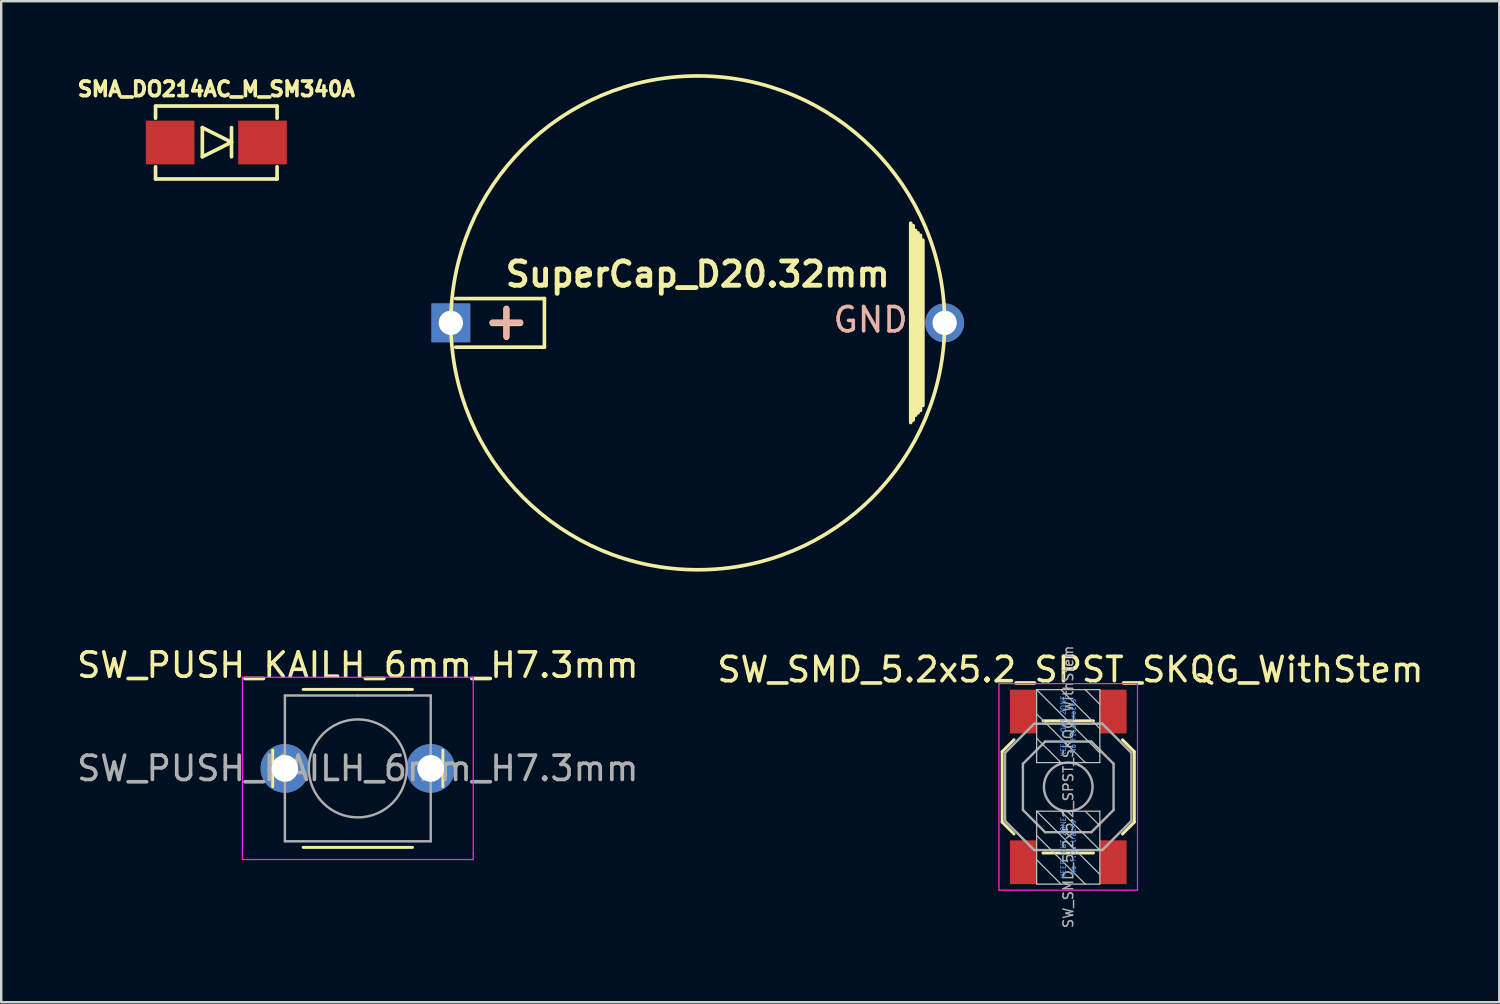
<source format=kicad_pcb>
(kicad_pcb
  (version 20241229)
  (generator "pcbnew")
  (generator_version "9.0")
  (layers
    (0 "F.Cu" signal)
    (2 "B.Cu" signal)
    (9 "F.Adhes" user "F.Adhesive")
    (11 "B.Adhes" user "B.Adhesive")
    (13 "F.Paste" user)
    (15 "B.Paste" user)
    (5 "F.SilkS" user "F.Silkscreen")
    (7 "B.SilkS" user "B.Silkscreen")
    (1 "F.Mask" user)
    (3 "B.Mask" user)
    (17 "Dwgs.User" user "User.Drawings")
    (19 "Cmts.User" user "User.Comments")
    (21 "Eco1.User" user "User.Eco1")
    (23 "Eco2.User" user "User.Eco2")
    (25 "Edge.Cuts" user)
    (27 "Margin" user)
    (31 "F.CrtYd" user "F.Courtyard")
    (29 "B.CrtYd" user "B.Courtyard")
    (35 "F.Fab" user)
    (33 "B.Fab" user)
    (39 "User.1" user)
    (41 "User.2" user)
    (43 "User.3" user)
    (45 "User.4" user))
  (footprint "SuperCap_D20.32mm"
    (layer "F.Cu")
    (at 25.661 10.235)
    (property "Reference" "SuperCap_D20.32mm" (at 0 -2 0) (layer "F.SilkS") (effects (font (size 1 1) (thickness 0.2))))
    (attr through_hole)
    (fp_line (start -9.96 1) (end -6.31 1) (stroke (width 0.15) (type solid)) (layer "F.SilkS"))
    (fp_line (start -6.31 -1) (end -9.96 -1) (stroke (width 0.15) (type solid)) (layer "F.SilkS"))
    (fp_line (start -6.31 1) (end -6.31 -1) (stroke (width 0.15) (type solid)) (layer "F.SilkS"))
    (fp_line (start 8.764 4.1) (end 8.764 -4.1) (stroke (width 0.15) (type solid)) (layer "F.SilkS"))
    (fp_line (start 8.864 4) (end 8.864 -4) (stroke (width 0.15) (type solid)) (layer "F.SilkS"))
    (fp_line (start 8.964 -3.8) (end 8.964 3.8) (stroke (width 0.15) (type solid)) (layer "F.SilkS"))
    (fp_line (start 9.064 3.7) (end 9.064 -3.7) (stroke (width 0.15) (type solid)) (layer "F.SilkS"))
    (fp_line (start 9.164 -3.6) (end 9.164 3.6) (stroke (width 0.15) (type solid)) (layer "F.SilkS"))
    (fp_line (start 9.264 3.4) (end 9.264 -3.4) (stroke (width 0.15) (type solid)) (layer "F.SilkS"))
    (fp_circle (center 0 0) (end 10.16 0) (stroke (width 0.15) (type solid)) (fill no) (layer "F.SilkS"))
    (fp_text user "+" (at -7.874 -0.1 0) (layer "F.SilkS") (effects (font (size 1.5 1.5) (thickness 0.25))))
    (fp_text user "GND" (at 7.112 -0.127 0) (layer "B.SilkS") (effects (font (size 1 1) (thickness 0.15))))
    (fp_text user "+" (at -7.874 -0.127 0) (layer "B.SilkS") (effects (font (size 1.5 1.5) (thickness 0.25)) (justify mirror)))
    (pad "1" thru_hole rect (at -10.16 0) (size 1.6 1.6) (drill 1) (layers "*.Cu" "*.Mask"))
    (pad "2" thru_hole circle (at 10.16 0) (size 1.6 1.6) (drill 1) (layers "*.Cu" "*.Mask")))
  (footprint "SW_SMD_5.2x5.2_SPST_SKQG_WithStem"
    (layer "F.Cu")
    (at 40.931 29.342)
    (property "Reference" "SW_SMD_5.2x5.2_SPST_SKQG_WithStem" (at 0.064 -4.839 180) (layer "F.SilkS") (effects (font (size 1 1) (thickness 0.15))))
    (attr smd)
    (fp_line (start -2.745 -1.463) (end -2.255 -1.953) (stroke (width 0.12) (type solid)) (layer "F.SilkS"))
    (fp_line (start -2.745 1.437) (end -2.745 -1.463) (stroke (width 0.12) (type solid)) (layer "F.SilkS"))
    (fp_line (start -2.745 1.437) (end -2.255 1.927) (stroke (width 0.12) (type solid)) (layer "F.SilkS"))
    (fp_line (start 1.015 -2.733) (end -1.065 -2.733) (stroke (width 0.12) (type solid)) (layer "F.SilkS"))
    (fp_line (start 1.015 2.707) (end -1.065 2.707) (stroke (width 0.12) (type solid)) (layer "F.SilkS"))
    (fp_line (start 2.695 -1.463) (end 2.205 -1.953) (stroke (width 0.12) (type solid)) (layer "F.SilkS"))
    (fp_line (start 2.695 1.437) (end 2.205 1.927) (stroke (width 0.12) (type solid)) (layer "F.SilkS"))
    (fp_line (start 2.695 1.437) (end 2.695 -1.463) (stroke (width 0.12) (type solid)) (layer "F.SilkS"))
    (fp_line (start -1.325 -4.013) (end 1.275 -4.013) (stroke (width 0.05) (type solid)) (layer "Dwgs.User"))
    (fp_line (start -1.325 -4.013) (end 1.275 -1.413) (stroke (width 0.05) (type solid)) (layer "Dwgs.User"))
    (fp_line (start -1.325 -1.013) (end -1.325 -4.013) (stroke (width 0.05) (type solid)) (layer "Dwgs.User"))
    (fp_line (start -1.325 0.987) (end 1.275 0.987) (stroke (width 0.05) (type solid)) (layer "Dwgs.User"))
    (fp_line (start -1.325 0.987) (end 1.275 3.587) (stroke (width 0.05) (type solid)) (layer "Dwgs.User"))
    (fp_line (start -1.325 3.987) (end -1.325 0.987) (stroke (width 0.05) (type solid)) (layer "Dwgs.User"))
    (fp_line (start -0.325 -1.013) (end -1.325 -2.013) (stroke (width 0.05) (type solid)) (layer "Dwgs.User"))
    (fp_line (start -0.325 3.987) (end -1.325 2.987) (stroke (width 0.05) (type solid)) (layer "Dwgs.User"))
    (fp_line (start 0.675 -4.013) (end 1.275 -3.413) (stroke (width 0.05) (type solid)) (layer "Dwgs.User"))
    (fp_line (start 0.675 -1.013) (end -1.325 -3.013) (stroke (width 0.05) (type solid)) (layer "Dwgs.User"))
    (fp_line (start 0.675 0.987) (end 1.275 1.587) (stroke (width 0.05) (type solid)) (layer "Dwgs.User"))
    (fp_line (start 0.675 3.987) (end -1.325 1.987) (stroke (width 0.05) (type solid)) (layer "Dwgs.User"))
    (fp_line (start 1.275 -4.013) (end 1.275 -1.013) (stroke (width 0.05) (type solid)) (layer "Dwgs.User"))
    (fp_line (start 1.275 -2.413) (end -0.325 -4.013) (stroke (width 0.05) (type solid)) (layer "Dwgs.User"))
    (fp_line (start 1.275 -1.013) (end -1.325 -1.013) (stroke (width 0.05) (type solid)) (layer "Dwgs.User"))
    (fp_line (start 1.275 0.987) (end 1.275 3.987) (stroke (width 0.05) (type solid)) (layer "Dwgs.User"))
    (fp_line (start 1.275 2.587) (end -0.325 0.987) (stroke (width 0.05) (type solid)) (layer "Dwgs.User"))
    (fp_line (start 1.275 3.987) (end -1.325 3.987) (stroke (width 0.05) (type solid)) (layer "Dwgs.User"))
    (fp_line (start -2.875 -4.263) (end -2.875 4.237) (stroke (width 0.05) (type solid)) (layer "F.CrtYd"))
    (fp_line (start -2.875 4.237) (end 2.825 4.237) (stroke (width 0.05) (type solid)) (layer "F.CrtYd"))
    (fp_line (start 2.825 -4.263) (end -2.875 -4.263) (stroke (width 0.05) (type solid)) (layer "F.CrtYd"))
    (fp_line (start 2.825 4.237) (end 2.825 -4.263) (stroke (width 0.05) (type solid)) (layer "F.CrtYd"))
    (fp_line (start -2.625 -1.413) (end -1.425 -2.613) (stroke (width 0.1) (type solid)) (layer "F.Fab"))
    (fp_line (start -2.625 1.387) (end -2.625 -1.413) (stroke (width 0.1) (type solid)) (layer "F.Fab"))
    (fp_line (start -1.89 -0.963) (end -0.975 -1.878) (stroke (width 0.1) (type solid)) (layer "F.Fab"))
    (fp_line (start -1.89 0.937) (end -1.89 -0.963) (stroke (width 0.1) (type solid)) (layer "F.Fab"))
    (fp_line (start -1.89 0.937) (end -0.975 1.852) (stroke (width 0.1) (type solid)) (layer "F.Fab"))
    (fp_line (start -1.425 -2.613) (end 1.375 -2.613) (stroke (width 0.1) (type solid)) (layer "F.Fab"))
    (fp_line (start -1.425 2.587) (end -2.625 1.387) (stroke (width 0.1) (type solid)) (layer "F.Fab"))
    (fp_line (start -0.975 -1.878) (end 0.925 -1.878) (stroke (width 0.1) (type solid)) (layer "F.Fab"))
    (fp_line (start 0.925 1.852) (end -0.975 1.852) (stroke (width 0.1) (type solid)) (layer "F.Fab"))
    (fp_line (start 1.375 -2.613) (end 2.575 -1.413) (stroke (width 0.1) (type solid)) (layer "F.Fab"))
    (fp_line (start 1.375 2.587) (end -1.425 2.587) (stroke (width 0.1) (type solid)) (layer "F.Fab"))
    (fp_line (start 1.84 -0.963) (end 0.925 -1.878) (stroke (width 0.1) (type solid)) (layer "F.Fab"))
    (fp_line (start 1.84 -0.963) (end 1.84 0.937) (stroke (width 0.1) (type solid)) (layer "F.Fab"))
    (fp_line (start 1.84 0.937) (end 0.925 1.852) (stroke (width 0.1) (type solid)) (layer "F.Fab"))
    (fp_line (start 2.575 -1.413) (end 2.575 1.387) (stroke (width 0.1) (type solid)) (layer "F.Fab"))
    (fp_line (start 2.575 1.387) (end 1.375 2.587) (stroke (width 0.1) (type solid)) (layer "F.Fab"))
    (fp_circle (center -0.025 -0.013) (end -0.025 -1.013) (stroke (width 0.1) (type solid)) (fill no) (layer "F.Fab"))
    (fp_text user "No F.Cu tracks" (at 0.175 2.487 90) (layer "Cmts.User") (effects (font (size 0.2 0.2) (thickness 0.03))))
    (fp_text user "No F.Cu tracks" (at 0.175 -2.513 90) (layer "Cmts.User") (effects (font (size 0.2 0.2) (thickness 0.03))))
    (fp_text user "KEEP-OUT ZONE" (at -0.225 -2.513 90) (layer "Cmts.User") (effects (font (size 0.2 0.2) (thickness 0.03))))
    (fp_text user "KEEP-OUT ZONE" (at -0.225 2.487 90) (layer "Cmts.User") (effects (font (size 0.2 0.2) (thickness 0.03))))
    (fp_text user "${REFERENCE}" (at -0.025 -0.013 90) (layer "F.Fab") (effects (font (size 0.4 0.4) (thickness 0.06))))
    (pad "1" smd rect (at -1.875 -3.113 90) (size 1.8 1.1) (layers "F.Cu" "F.Mask" "F.Paste"))
    (pad "1" smd rect (at -1.875 3.087 90) (size 1.8 1.1) (layers "F.Cu" "F.Mask" "F.Paste"))
    (pad "2" smd rect (at 1.825 -3.113 90) (size 1.8 1.1) (layers "F.Cu" "F.Mask" "F.Paste"))
    (pad "2" smd rect (at 1.825 3.087 90) (size 1.8 1.1) (layers "F.Cu" "F.Mask" "F.Paste")))
  (footprint "SMA_DO214AC_M_SM340A"
    (layer "F.Cu")
    (at 5.851 2.814)
    (property "Reference" "SMA_DO214AC_M_SM340A" (at 0 -2.2 0) (layer "F.SilkS") (effects (font (size 0.6 0.6) (thickness 0.15))))
    (attr smd)
    (fp_line (start -2.5 -1.5) (end 2.5 -1.5) (stroke (width 0.15) (type solid)) (layer "F.SilkS"))
    (fp_line (start -2.5 -1) (end -2.5 -1.5) (stroke (width 0.15) (type solid)) (layer "F.SilkS"))
    (fp_line (start -2.5 1.5) (end -2.5 1) (stroke (width 0.15) (type solid)) (layer "F.SilkS"))
    (fp_line (start -0.575 -0.613) (end 0.625 -0.013) (stroke (width 0.15) (type solid)) (layer "F.SilkS"))
    (fp_line (start -0.575 0.587) (end -0.575 -0.613) (stroke (width 0.15) (type solid)) (layer "F.SilkS"))
    (fp_line (start 0.625 -0.613) (end 0.625 0.587) (stroke (width 0.15) (type solid)) (layer "F.SilkS"))
    (fp_line (start 0.625 -0.013) (end -0.575 0.587) (stroke (width 0.15) (type solid)) (layer "F.SilkS"))
    (fp_line (start 2.5 -1.5) (end 2.5 -1) (stroke (width 0.15) (type solid)) (layer "F.SilkS"))
    (fp_line (start 2.5 1) (end 2.5 1.5) (stroke (width 0.15) (type solid)) (layer "F.SilkS"))
    (fp_line (start 2.5 1.5) (end -2.5 1.5) (stroke (width 0.15) (type solid)) (layer "F.SilkS"))
    (pad "1" smd rect (at 1.9 0) (size 2 1.8) (layers "F.Cu" "F.Mask" "F.Paste"))
    (pad "2" smd rect (at -1.9 0) (size 2 1.8) (layers "F.Cu" "F.Mask" "F.Paste")))
  (footprint "SW_PUSH_KAILH_6mm_H7.3mm"
    (layer "F.Cu")
    (at 8.423 26.318)
    (property "Reference" "SW_PUSH_KAILH_6mm_H7.3mm" (at 3.25 -2 0) (layer "F.SilkS") (effects (font (size 1 1) (thickness 0.15))))
    (attr through_hole)
    (fp_line (start -0.25 1.5) (end -0.25 3) (stroke (width 0.12) (type solid)) (layer "F.SilkS"))
    (fp_line (start 1 5.5) (end 5.5 5.5) (stroke (width 0.12) (type solid)) (layer "F.SilkS"))
    (fp_line (start 5.5 -1) (end 1 -1) (stroke (width 0.12) (type solid)) (layer "F.SilkS"))
    (fp_line (start 6.75 3) (end 6.75 1.5) (stroke (width 0.12) (type solid)) (layer "F.SilkS"))
    (fp_line (start -1.5 -1.5) (end -1.25 -1.5) (stroke (width 0.05) (type solid)) (layer "F.CrtYd"))
    (fp_line (start -1.5 -1.25) (end -1.5 -1.5) (stroke (width 0.05) (type solid)) (layer "F.CrtYd"))
    (fp_line (start -1.5 5.75) (end -1.5 -1.25) (stroke (width 0.05) (type solid)) (layer "F.CrtYd"))
    (fp_line (start -1.5 5.75) (end -1.5 6) (stroke (width 0.05) (type solid)) (layer "F.CrtYd"))
    (fp_line (start -1.5 6) (end -1.25 6) (stroke (width 0.05) (type solid)) (layer "F.CrtYd"))
    (fp_line (start -1.25 -1.5) (end 7.75 -1.5) (stroke (width 0.05) (type solid)) (layer "F.CrtYd"))
    (fp_line (start 7.75 -1.5) (end 8 -1.5) (stroke (width 0.05) (type solid)) (layer "F.CrtYd"))
    (fp_line (start 7.75 6) (end -1.25 6) (stroke (width 0.05) (type solid)) (layer "F.CrtYd"))
    (fp_line (start 7.75 6) (end 8 6) (stroke (width 0.05) (type solid)) (layer "F.CrtYd"))
    (fp_line (start 8 -1.5) (end 8 -1.25) (stroke (width 0.05) (type solid)) (layer "F.CrtYd"))
    (fp_line (start 8 -1.25) (end 8 5.75) (stroke (width 0.05) (type solid)) (layer "F.CrtYd"))
    (fp_line (start 8 6) (end 8 5.75) (stroke (width 0.05) (type solid)) (layer "F.CrtYd"))
    (fp_line (start 0.25 -0.75) (end 3.25 -0.75) (stroke (width 0.1) (type solid)) (layer "F.Fab"))
    (fp_line (start 0.25 5.25) (end 0.25 -0.75) (stroke (width 0.1) (type solid)) (layer "F.Fab"))
    (fp_line (start 3.25 -0.75) (end 6.25 -0.75) (stroke (width 0.1) (type solid)) (layer "F.Fab"))
    (fp_line (start 6.25 -0.75) (end 6.25 5.25) (stroke (width 0.1) (type solid)) (layer "F.Fab"))
    (fp_line (start 6.25 5.25) (end 0.25 5.25) (stroke (width 0.1) (type solid)) (layer "F.Fab"))
    (fp_circle (center 3.25 2.25) (end 1.25 2.5) (stroke (width 0.1) (type solid)) (fill no) (layer "F.Fab"))
    (fp_text user "${REFERENCE}" (at 3.25 2.25 0) (layer "F.Fab") (effects (font (size 1 1) (thickness 0.15))))
    (pad "1" thru_hole circle (at 0.25 2.25 90) (size 2 2) (drill 1.1) (layers "*.Cu" "*.Mask"))
    (pad "2" thru_hole circle (at 6.25 2.25 90) (size 2 2) (drill 1.1) (layers "*.Cu" "*.Mask")))
  (gr_rect
    (start -3 -3)
    (end 58.643 38.189)
    (stroke (width 0.1) (type default))
    (fill no)
    (layer "Edge.Cuts")))
</source>
